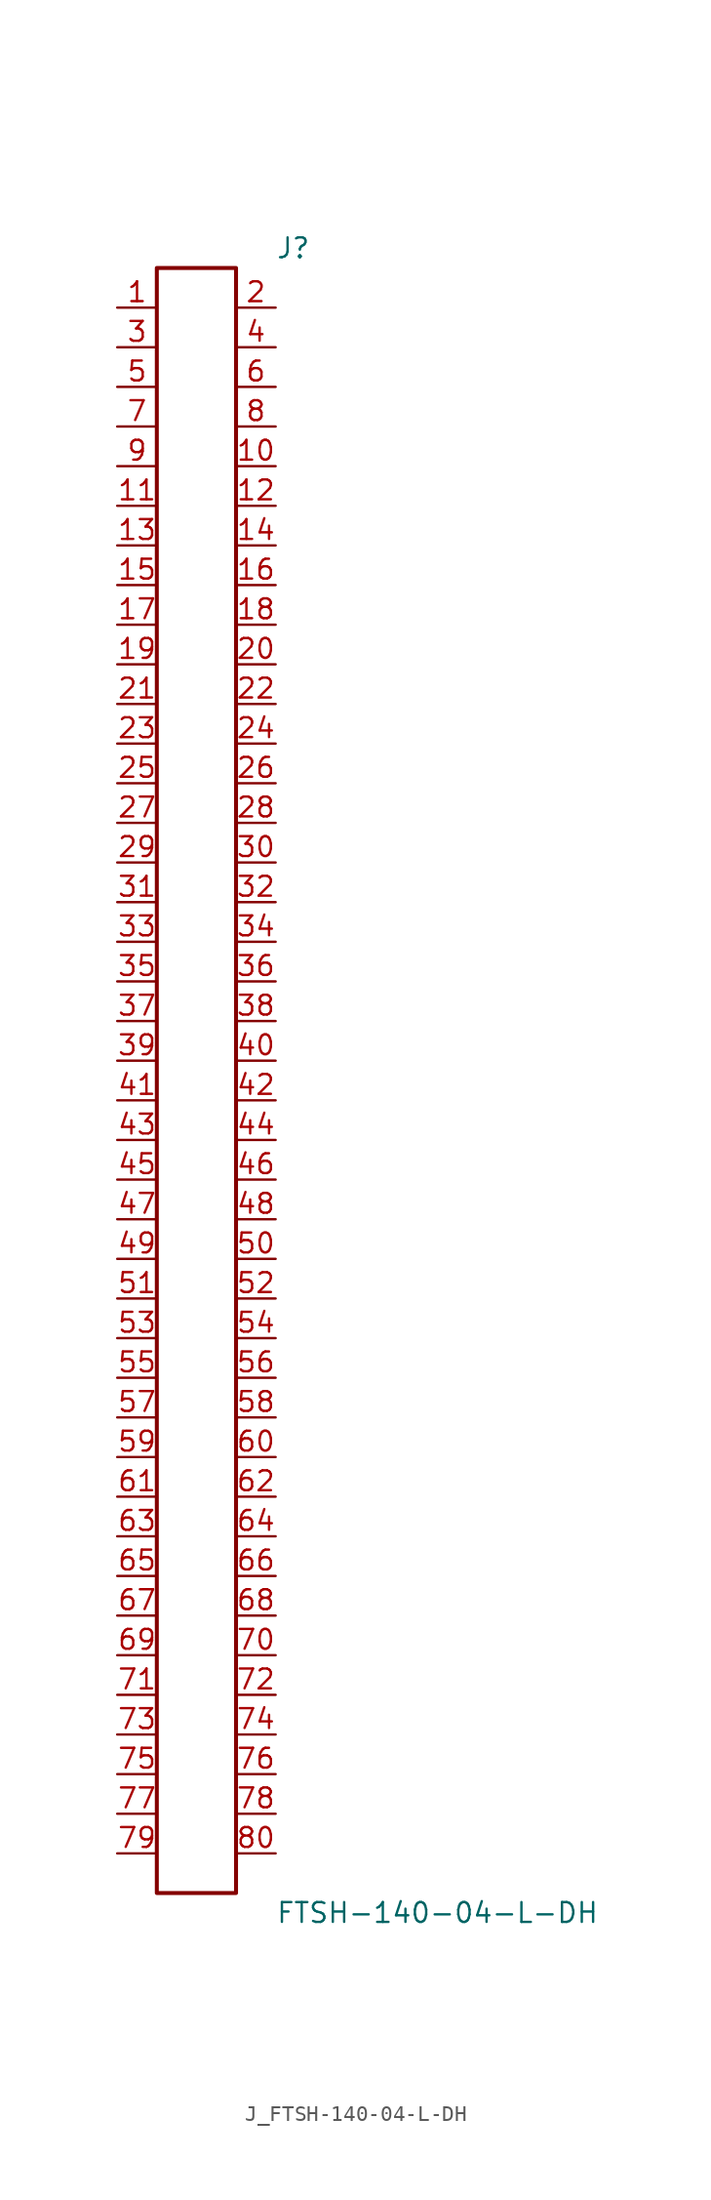
<source format=kicad_sym>
(kicad_symbol_lib
  (version 20231120)
  (generator kicad_symbol_editor)
  (generator_version 8.0)
  (symbol "J_FTSH-140-04-L-DH"
    (pin_names
      (offset 0.254))
    (property "Reference" "J"
      (at 5.08 53.34 0)
      (effects (font (size 1.27 1.27)) (justify left)))
    (property "Value" "FTSH-140-04-L-DH"
      (at 5.08 -53.34 0)
      (effects (font (size 1.27 1.27)) (justify left)))
    (symbol "J_FTSH-140-04-L-DH_0_0"
      (pin unspecified line (at -5.08 49.53 0) (length 2.54) (name "" (effects (font (size 1.27 1.27)))) (number "1" (effects (font (size 1.27 1.27)))))
      (pin unspecified line (at 5.08 49.53 180) (length 2.54) (name "" (effects (font (size 1.27 1.27)))) (number "2" (effects (font (size 1.27 1.27)))))
      (pin unspecified line (at -5.08 46.99 0) (length 2.54) (name "" (effects (font (size 1.27 1.27)))) (number "3" (effects (font (size 1.27 1.27)))))
      (pin unspecified line (at 5.08 46.99 180) (length 2.54) (name "" (effects (font (size 1.27 1.27)))) (number "4" (effects (font (size 1.27 1.27)))))
      (pin unspecified line (at -5.08 44.45 0) (length 2.54) (name "" (effects (font (size 1.27 1.27)))) (number "5" (effects (font (size 1.27 1.27)))))
      (pin unspecified line (at 5.08 44.45 180) (length 2.54) (name "" (effects (font (size 1.27 1.27)))) (number "6" (effects (font (size 1.27 1.27)))))
      (pin unspecified line (at -5.08 41.91 0) (length 2.54) (name "" (effects (font (size 1.27 1.27)))) (number "7" (effects (font (size 1.27 1.27)))))
      (pin unspecified line (at 5.08 41.91 180) (length 2.54) (name "" (effects (font (size 1.27 1.27)))) (number "8" (effects (font (size 1.27 1.27)))))
      (pin unspecified line (at -5.08 39.37 0) (length 2.54) (name "" (effects (font (size 1.27 1.27)))) (number "9" (effects (font (size 1.27 1.27)))))
      (pin unspecified line (at 5.08 39.37 180) (length 2.54) (name "" (effects (font (size 1.27 1.27)))) (number "10" (effects (font (size 1.27 1.27)))))
      (pin unspecified line (at -5.08 36.83 0) (length 2.54) (name "" (effects (font (size 1.27 1.27)))) (number "11" (effects (font (size 1.27 1.27)))))
      (pin unspecified line (at 5.08 36.83 180) (length 2.54) (name "" (effects (font (size 1.27 1.27)))) (number "12" (effects (font (size 1.27 1.27)))))
      (pin unspecified line (at -5.08 34.29 0) (length 2.54) (name "" (effects (font (size 1.27 1.27)))) (number "13" (effects (font (size 1.27 1.27)))))
      (pin unspecified line (at 5.08 34.29 180) (length 2.54) (name "" (effects (font (size 1.27 1.27)))) (number "14" (effects (font (size 1.27 1.27)))))
      (pin unspecified line (at -5.08 31.75 0) (length 2.54) (name "" (effects (font (size 1.27 1.27)))) (number "15" (effects (font (size 1.27 1.27)))))
      (pin unspecified line (at 5.08 31.75 180) (length 2.54) (name "" (effects (font (size 1.27 1.27)))) (number "16" (effects (font (size 1.27 1.27)))))
      (pin unspecified line (at -5.08 29.21 0) (length 2.54) (name "" (effects (font (size 1.27 1.27)))) (number "17" (effects (font (size 1.27 1.27)))))
      (pin unspecified line (at 5.08 29.21 180) (length 2.54) (name "" (effects (font (size 1.27 1.27)))) (number "18" (effects (font (size 1.27 1.27)))))
      (pin unspecified line (at -5.08 26.67 0) (length 2.54) (name "" (effects (font (size 1.27 1.27)))) (number "19" (effects (font (size 1.27 1.27)))))
      (pin unspecified line (at 5.08 26.67 180) (length 2.54) (name "" (effects (font (size 1.27 1.27)))) (number "20" (effects (font (size 1.27 1.27)))))
      (pin unspecified line (at -5.08 24.13 0) (length 2.54) (name "" (effects (font (size 1.27 1.27)))) (number "21" (effects (font (size 1.27 1.27)))))
      (pin unspecified line (at 5.08 24.13 180) (length 2.54) (name "" (effects (font (size 1.27 1.27)))) (number "22" (effects (font (size 1.27 1.27)))))
      (pin unspecified line (at -5.08 21.59 0) (length 2.54) (name "" (effects (font (size 1.27 1.27)))) (number "23" (effects (font (size 1.27 1.27)))))
      (pin unspecified line (at 5.08 21.59 180) (length 2.54) (name "" (effects (font (size 1.27 1.27)))) (number "24" (effects (font (size 1.27 1.27)))))
      (pin unspecified line (at -5.08 19.05 0) (length 2.54) (name "" (effects (font (size 1.27 1.27)))) (number "25" (effects (font (size 1.27 1.27)))))
      (pin unspecified line (at 5.08 19.05 180) (length 2.54) (name "" (effects (font (size 1.27 1.27)))) (number "26" (effects (font (size 1.27 1.27)))))
      (pin unspecified line (at -5.08 16.51 0) (length 2.54) (name "" (effects (font (size 1.27 1.27)))) (number "27" (effects (font (size 1.27 1.27)))))
      (pin unspecified line (at 5.08 16.51 180) (length 2.54) (name "" (effects (font (size 1.27 1.27)))) (number "28" (effects (font (size 1.27 1.27)))))
      (pin unspecified line (at -5.08 13.97 0) (length 2.54) (name "" (effects (font (size 1.27 1.27)))) (number "29" (effects (font (size 1.27 1.27)))))
      (pin unspecified line (at 5.08 13.97 180) (length 2.54) (name "" (effects (font (size 1.27 1.27)))) (number "30" (effects (font (size 1.27 1.27)))))
      (pin unspecified line (at -5.08 11.43 0) (length 2.54) (name "" (effects (font (size 1.27 1.27)))) (number "31" (effects (font (size 1.27 1.27)))))
      (pin unspecified line (at 5.08 11.43 180) (length 2.54) (name "" (effects (font (size 1.27 1.27)))) (number "32" (effects (font (size 1.27 1.27)))))
      (pin unspecified line (at -5.08 8.89 0) (length 2.54) (name "" (effects (font (size 1.27 1.27)))) (number "33" (effects (font (size 1.27 1.27)))))
      (pin unspecified line (at 5.08 8.89 180) (length 2.54) (name "" (effects (font (size 1.27 1.27)))) (number "34" (effects (font (size 1.27 1.27)))))
      (pin unspecified line (at -5.08 6.35 0) (length 2.54) (name "" (effects (font (size 1.27 1.27)))) (number "35" (effects (font (size 1.27 1.27)))))
      (pin unspecified line (at 5.08 6.35 180) (length 2.54) (name "" (effects (font (size 1.27 1.27)))) (number "36" (effects (font (size 1.27 1.27)))))
      (pin unspecified line (at -5.08 3.81 0) (length 2.54) (name "" (effects (font (size 1.27 1.27)))) (number "37" (effects (font (size 1.27 1.27)))))
      (pin unspecified line (at 5.08 3.81 180) (length 2.54) (name "" (effects (font (size 1.27 1.27)))) (number "38" (effects (font (size 1.27 1.27)))))
      (pin unspecified line (at -5.08 1.27 0) (length 2.54) (name "" (effects (font (size 1.27 1.27)))) (number "39" (effects (font (size 1.27 1.27)))))
      (pin unspecified line (at 5.08 1.27 180) (length 2.54) (name "" (effects (font (size 1.27 1.27)))) (number "40" (effects (font (size 1.27 1.27)))))
      (pin unspecified line (at -5.08 -1.27 0) (length 2.54) (name "" (effects (font (size 1.27 1.27)))) (number "41" (effects (font (size 1.27 1.27)))))
      (pin unspecified line (at 5.08 -1.27 180) (length 2.54) (name "" (effects (font (size 1.27 1.27)))) (number "42" (effects (font (size 1.27 1.27)))))
      (pin unspecified line (at -5.08 -3.81 0) (length 2.54) (name "" (effects (font (size 1.27 1.27)))) (number "43" (effects (font (size 1.27 1.27)))))
      (pin unspecified line (at 5.08 -3.81 180) (length 2.54) (name "" (effects (font (size 1.27 1.27)))) (number "44" (effects (font (size 1.27 1.27)))))
      (pin unspecified line (at -5.08 -6.35 0) (length 2.54) (name "" (effects (font (size 1.27 1.27)))) (number "45" (effects (font (size 1.27 1.27)))))
      (pin unspecified line (at 5.08 -6.35 180) (length 2.54) (name "" (effects (font (size 1.27 1.27)))) (number "46" (effects (font (size 1.27 1.27)))))
      (pin unspecified line (at -5.08 -8.89 0) (length 2.54) (name "" (effects (font (size 1.27 1.27)))) (number "47" (effects (font (size 1.27 1.27)))))
      (pin unspecified line (at 5.08 -8.89 180) (length 2.54) (name "" (effects (font (size 1.27 1.27)))) (number "48" (effects (font (size 1.27 1.27)))))
      (pin unspecified line (at -5.08 -11.43 0) (length 2.54) (name "" (effects (font (size 1.27 1.27)))) (number "49" (effects (font (size 1.27 1.27)))))
      (pin unspecified line (at 5.08 -11.43 180) (length 2.54) (name "" (effects (font (size 1.27 1.27)))) (number "50" (effects (font (size 1.27 1.27)))))
      (pin unspecified line (at -5.08 -13.97 0) (length 2.54) (name "" (effects (font (size 1.27 1.27)))) (number "51" (effects (font (size 1.27 1.27)))))
      (pin unspecified line (at 5.08 -13.97 180) (length 2.54) (name "" (effects (font (size 1.27 1.27)))) (number "52" (effects (font (size 1.27 1.27)))))
      (pin unspecified line (at -5.08 -16.51 0) (length 2.54) (name "" (effects (font (size 1.27 1.27)))) (number "53" (effects (font (size 1.27 1.27)))))
      (pin unspecified line (at 5.08 -16.51 180) (length 2.54) (name "" (effects (font (size 1.27 1.27)))) (number "54" (effects (font (size 1.27 1.27)))))
      (pin unspecified line (at -5.08 -19.05 0) (length 2.54) (name "" (effects (font (size 1.27 1.27)))) (number "55" (effects (font (size 1.27 1.27)))))
      (pin unspecified line (at 5.08 -19.05 180) (length 2.54) (name "" (effects (font (size 1.27 1.27)))) (number "56" (effects (font (size 1.27 1.27)))))
      (pin unspecified line (at -5.08 -21.59 0) (length 2.54) (name "" (effects (font (size 1.27 1.27)))) (number "57" (effects (font (size 1.27 1.27)))))
      (pin unspecified line (at 5.08 -21.59 180) (length 2.54) (name "" (effects (font (size 1.27 1.27)))) (number "58" (effects (font (size 1.27 1.27)))))
      (pin unspecified line (at -5.08 -24.13 0) (length 2.54) (name "" (effects (font (size 1.27 1.27)))) (number "59" (effects (font (size 1.27 1.27)))))
      (pin unspecified line (at 5.08 -24.13 180) (length 2.54) (name "" (effects (font (size 1.27 1.27)))) (number "60" (effects (font (size 1.27 1.27)))))
      (pin unspecified line (at -5.08 -26.67 0) (length 2.54) (name "" (effects (font (size 1.27 1.27)))) (number "61" (effects (font (size 1.27 1.27)))))
      (pin unspecified line (at 5.08 -26.67 180) (length 2.54) (name "" (effects (font (size 1.27 1.27)))) (number "62" (effects (font (size 1.27 1.27)))))
      (pin unspecified line (at -5.08 -29.21 0) (length 2.54) (name "" (effects (font (size 1.27 1.27)))) (number "63" (effects (font (size 1.27 1.27)))))
      (pin unspecified line (at 5.08 -29.21 180) (length 2.54) (name "" (effects (font (size 1.27 1.27)))) (number "64" (effects (font (size 1.27 1.27)))))
      (pin unspecified line (at -5.08 -31.75 0) (length 2.54) (name "" (effects (font (size 1.27 1.27)))) (number "65" (effects (font (size 1.27 1.27)))))
      (pin unspecified line (at 5.08 -31.75 180) (length 2.54) (name "" (effects (font (size 1.27 1.27)))) (number "66" (effects (font (size 1.27 1.27)))))
      (pin unspecified line (at -5.08 -34.29 0) (length 2.54) (name "" (effects (font (size 1.27 1.27)))) (number "67" (effects (font (size 1.27 1.27)))))
      (pin unspecified line (at 5.08 -34.29 180) (length 2.54) (name "" (effects (font (size 1.27 1.27)))) (number "68" (effects (font (size 1.27 1.27)))))
      (pin unspecified line (at -5.08 -36.83 0) (length 2.54) (name "" (effects (font (size 1.27 1.27)))) (number "69" (effects (font (size 1.27 1.27)))))
      (pin unspecified line (at 5.08 -36.83 180) (length 2.54) (name "" (effects (font (size 1.27 1.27)))) (number "70" (effects (font (size 1.27 1.27)))))
      (pin unspecified line (at -5.08 -39.37 0) (length 2.54) (name "" (effects (font (size 1.27 1.27)))) (number "71" (effects (font (size 1.27 1.27)))))
      (pin unspecified line (at 5.08 -39.37 180) (length 2.54) (name "" (effects (font (size 1.27 1.27)))) (number "72" (effects (font (size 1.27 1.27)))))
      (pin unspecified line (at -5.08 -41.91 0) (length 2.54) (name "" (effects (font (size 1.27 1.27)))) (number "73" (effects (font (size 1.27 1.27)))))
      (pin unspecified line (at 5.08 -41.91 180) (length 2.54) (name "" (effects (font (size 1.27 1.27)))) (number "74" (effects (font (size 1.27 1.27)))))
      (pin unspecified line (at -5.08 -44.45 0) (length 2.54) (name "" (effects (font (size 1.27 1.27)))) (number "75" (effects (font (size 1.27 1.27)))))
      (pin unspecified line (at 5.08 -44.45 180) (length 2.54) (name "" (effects (font (size 1.27 1.27)))) (number "76" (effects (font (size 1.27 1.27)))))
      (pin unspecified line (at -5.08 -46.99 0) (length 2.54) (name "" (effects (font (size 1.27 1.27)))) (number "77" (effects (font (size 1.27 1.27)))))
      (pin unspecified line (at 5.08 -46.99 180) (length 2.54) (name "" (effects (font (size 1.27 1.27)))) (number "78" (effects (font (size 1.27 1.27)))))
      (pin unspecified line (at -5.08 -49.53 0) (length 2.54) (name "" (effects (font (size 1.27 1.27)))) (number "79" (effects (font (size 1.27 1.27)))))
      (pin unspecified line (at 5.08 -49.53 180) (length 2.54) (name "" (effects (font (size 1.27 1.27)))) (number "80" (effects (font (size 1.27 1.27))))))
    (symbol "J_FTSH-140-04-L-DH_1_0"
      (rectangle (start -2.54 52.07) (end 2.54 -52.07) (stroke (width 0.254) (type solid)) (fill (type none))))))
</source>
